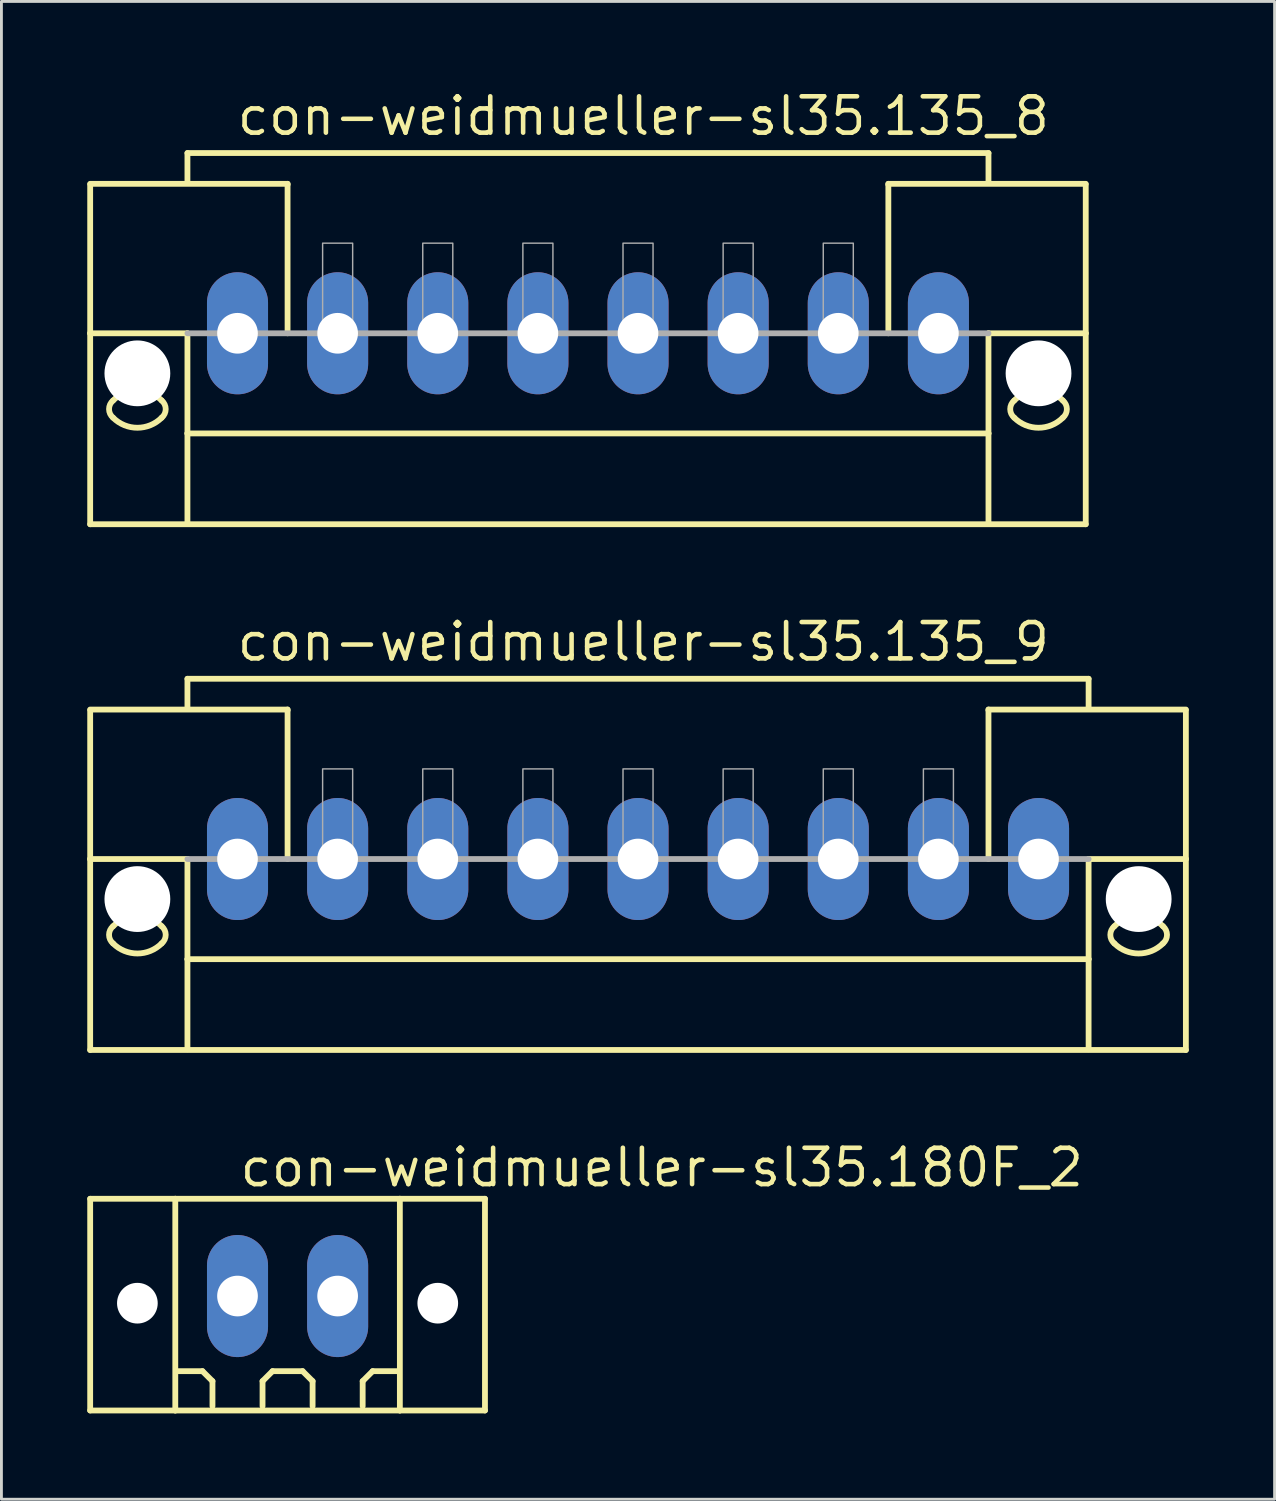
<source format=kicad_pcb>
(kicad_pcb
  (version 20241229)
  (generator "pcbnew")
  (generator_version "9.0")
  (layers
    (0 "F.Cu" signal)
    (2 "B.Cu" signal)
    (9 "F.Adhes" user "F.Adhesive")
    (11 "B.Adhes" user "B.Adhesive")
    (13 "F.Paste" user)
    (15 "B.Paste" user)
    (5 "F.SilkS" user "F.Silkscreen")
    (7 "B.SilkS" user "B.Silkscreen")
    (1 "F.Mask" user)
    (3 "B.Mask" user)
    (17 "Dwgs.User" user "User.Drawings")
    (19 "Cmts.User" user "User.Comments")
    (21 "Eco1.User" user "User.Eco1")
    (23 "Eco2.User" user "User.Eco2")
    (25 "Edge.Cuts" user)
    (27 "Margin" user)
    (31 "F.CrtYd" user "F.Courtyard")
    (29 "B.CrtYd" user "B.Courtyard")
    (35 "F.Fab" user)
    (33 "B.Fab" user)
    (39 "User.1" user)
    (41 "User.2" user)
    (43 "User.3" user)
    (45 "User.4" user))
  (footprint "con-weidmueller-sl35.135_8"
    (layer "F.Cu")
    (at 17.502 8.6)
    (property "Reference" "con-weidmueller-sl35.135_8" (at -12.35 -6.85 0) (layer "F.SilkS") (effects (font (size 1.27 1.27) (thickness 0.16)) (justify left bottom)))
    (attr through_hole)
    (fp_line (start -17.4 -5.225) (end -10.5 -5.225) (stroke (width 0.203) (type default)) (layer "F.SilkS"))
    (fp_line (start -17.4 -5.2) (end -17.4 0) (stroke (width 0.203) (type default)) (layer "F.SilkS"))
    (fp_line (start -17.4 0) (end -17.4 6.675) (stroke (width 0.203) (type default)) (layer "F.SilkS"))
    (fp_line (start -17.4 0) (end -14 0) (stroke (width 0.203) (type default)) (layer "F.SilkS"))
    (fp_line (start -17.4 6.675) (end 17.4 6.675) (stroke (width 0.203) (type default)) (layer "F.SilkS"))
    (fp_line (start -14 -6.3) (end 14 -6.3) (stroke (width 0.203) (type default)) (layer "F.SilkS"))
    (fp_line (start -14 -5.3) (end -14 -6.3) (stroke (width 0.203) (type default)) (layer "F.SilkS"))
    (fp_line (start -14 0) (end -14 3.5) (stroke (width 0.203) (type default)) (layer "F.SilkS"))
    (fp_line (start -14 3.5) (end 14 3.5) (stroke (width 0.203) (type default)) (layer "F.SilkS"))
    (fp_line (start -14 6.65) (end -14 3.5) (stroke (width 0.203) (type default)) (layer "F.SilkS"))
    (fp_line (start -10.5 -5.225) (end -10.5 -5.2) (stroke (width 0.203) (type default)) (layer "F.SilkS"))
    (fp_line (start -10.5 -5.175) (end -10.5 0) (stroke (width 0.203) (type default)) (layer "F.SilkS"))
    (fp_line (start 10.5 -5.225) (end 17.4 -5.225) (stroke (width 0.203) (type default)) (layer "F.SilkS"))
    (fp_line (start 10.5 -5.2) (end 10.5 -5.225) (stroke (width 0.203) (type default)) (layer "F.SilkS"))
    (fp_line (start 10.5 0) (end 10.5 -5.175) (stroke (width 0.203) (type default)) (layer "F.SilkS"))
    (fp_line (start 14 -6.3) (end 14 -5.3) (stroke (width 0.203) (type default)) (layer "F.SilkS"))
    (fp_line (start 14 3.5) (end 14 0) (stroke (width 0.203) (type default)) (layer "F.SilkS"))
    (fp_line (start 14 6.65) (end 14 3.5) (stroke (width 0.203) (type default)) (layer "F.SilkS"))
    (fp_line (start 17.4 0) (end 14 0) (stroke (width 0.203) (type default)) (layer "F.SilkS"))
    (fp_line (start 17.4 0) (end 17.4 -5.2) (stroke (width 0.203) (type default)) (layer "F.SilkS"))
    (fp_line (start 17.4 6.675) (end 17.4 0) (stroke (width 0.203) (type default)) (layer "F.SilkS"))
    (fp_arc (start -16.6 2.35) (mid -15.75 1.997918) (end -14.9 2.35) (stroke (width 0.2032) (type default)) (layer "F.SilkS"))
    (fp_arc (start -16.6 2.95) (mid -16.740512 2.65) (end -16.6 2.35) (stroke (width 0.2032) (type default)) (layer "F.SilkS"))
    (fp_arc (start -14.9 2.35) (mid -14.759488 2.65) (end -14.9 2.95) (stroke (width 0.2032) (type default)) (layer "F.SilkS"))
    (fp_arc (start -14.9 2.95) (mid -15.75 3.302082) (end -16.6 2.95) (stroke (width 0.2032) (type default)) (layer "F.SilkS"))
    (fp_arc (start 14.9 2.35) (mid 15.75 1.997918) (end 16.6 2.35) (stroke (width 0.2032) (type default)) (layer "F.SilkS"))
    (fp_arc (start 14.9 2.95) (mid 14.759488 2.65) (end 14.9 2.35) (stroke (width 0.2032) (type default)) (layer "F.SilkS"))
    (fp_arc (start 16.6 2.35) (mid 16.740512 2.65) (end 16.6 2.95) (stroke (width 0.2032) (type default)) (layer "F.SilkS"))
    (fp_arc (start 16.6 2.95) (mid 15.75 3.302082) (end 14.9 2.95) (stroke (width 0.2032) (type default)) (layer "F.SilkS"))
    (fp_line (start 14 0) (end -14 0) (stroke (width 0.203) (type default)) (layer "F.Fab"))
    (fp_rect (start -9.275 0) (end -8.225 -3.15) (stroke (width 0.05) (type default)) (fill no) (layer "F.Fab"))
    (fp_rect (start -5.775 0) (end -4.725 -3.15) (stroke (width 0.05) (type default)) (fill no) (layer "F.Fab"))
    (fp_rect (start -2.275 0) (end -1.225 -3.15) (stroke (width 0.05) (type default)) (fill no) (layer "F.Fab"))
    (fp_rect (start 1.225 0) (end 2.275 -3.15) (stroke (width 0.05) (type default)) (fill no) (layer "F.Fab"))
    (fp_rect (start 4.725 0) (end 5.775 -3.15) (stroke (width 0.05) (type default)) (fill no) (layer "F.Fab"))
    (fp_rect (start 8.225 0) (end 9.275 -3.15) (stroke (width 0.05) (type default)) (fill no) (layer "F.Fab"))
    (pad "" np_thru_hole circle (at -15.75 1.4) (size 2.3 2.3) (drill 2.3) (layers "*.Cu" "*.Mask"))
    (pad "" np_thru_hole circle (at 15.75 1.4) (size 2.3 2.3) (drill 2.3) (layers "*.Cu" "*.Mask"))
    (pad "1" thru_hole oval (at -12.25 0 90) (size 4.267 2.134) (drill 1.422) (layers "*.Cu" "*.Mask"))
    (pad "2" thru_hole oval (at -8.75 0 90) (size 4.267 2.134) (drill 1.422) (layers "*.Cu" "*.Mask"))
    (pad "3" thru_hole oval (at -5.25 0 90) (size 4.267 2.134) (drill 1.422) (layers "*.Cu" "*.Mask"))
    (pad "4" thru_hole oval (at -1.75 0 90) (size 4.267 2.134) (drill 1.422) (layers "*.Cu" "*.Mask"))
    (pad "5" thru_hole oval (at 1.75 0 90) (size 4.267 2.134) (drill 1.422) (layers "*.Cu" "*.Mask"))
    (pad "6" thru_hole oval (at 5.25 0 90) (size 4.267 2.134) (drill 1.422) (layers "*.Cu" "*.Mask"))
    (pad "7" thru_hole oval (at 8.75 0 90) (size 4.267 2.134) (drill 1.422) (layers "*.Cu" "*.Mask"))
    (pad "8" thru_hole oval (at 12.25 0 90) (size 4.267 2.134) (drill 1.422) (layers "*.Cu" "*.Mask")))
  (footprint "con-weidmueller-sl35.135_9"
    (layer "F.Cu")
    (at 19.252 26.977)
    (property "Reference" "con-weidmueller-sl35.135_9" (at -14.1 -6.85 0) (layer "F.SilkS") (effects (font (size 1.27 1.27) (thickness 0.16)) (justify left bottom)))
    (attr through_hole)
    (fp_line (start -19.15 -5.225) (end -12.25 -5.225) (stroke (width 0.203) (type default)) (layer "F.SilkS"))
    (fp_line (start -19.15 -5.2) (end -19.15 0) (stroke (width 0.203) (type default)) (layer "F.SilkS"))
    (fp_line (start -19.15 0) (end -19.15 6.675) (stroke (width 0.203) (type default)) (layer "F.SilkS"))
    (fp_line (start -19.15 0) (end -15.75 0) (stroke (width 0.203) (type default)) (layer "F.SilkS"))
    (fp_line (start -19.15 6.675) (end 19.15 6.675) (stroke (width 0.203) (type default)) (layer "F.SilkS"))
    (fp_line (start -15.75 -6.3) (end 15.75 -6.3) (stroke (width 0.203) (type default)) (layer "F.SilkS"))
    (fp_line (start -15.75 -5.3) (end -15.75 -6.3) (stroke (width 0.203) (type default)) (layer "F.SilkS"))
    (fp_line (start -15.75 0) (end -15.75 3.5) (stroke (width 0.203) (type default)) (layer "F.SilkS"))
    (fp_line (start -15.75 3.5) (end 15.75 3.5) (stroke (width 0.203) (type default)) (layer "F.SilkS"))
    (fp_line (start -15.75 6.65) (end -15.75 3.5) (stroke (width 0.203) (type default)) (layer "F.SilkS"))
    (fp_line (start -12.25 -5.225) (end -12.25 -5.2) (stroke (width 0.203) (type default)) (layer "F.SilkS"))
    (fp_line (start -12.25 -5.175) (end -12.25 0) (stroke (width 0.203) (type default)) (layer "F.SilkS"))
    (fp_line (start 12.25 -5.225) (end 19.15 -5.225) (stroke (width 0.203) (type default)) (layer "F.SilkS"))
    (fp_line (start 12.25 -5.2) (end 12.25 -5.225) (stroke (width 0.203) (type default)) (layer "F.SilkS"))
    (fp_line (start 12.25 0) (end 12.25 -5.175) (stroke (width 0.203) (type default)) (layer "F.SilkS"))
    (fp_line (start 15.75 -6.3) (end 15.75 -5.3) (stroke (width 0.203) (type default)) (layer "F.SilkS"))
    (fp_line (start 15.75 3.5) (end 15.75 0) (stroke (width 0.203) (type default)) (layer "F.SilkS"))
    (fp_line (start 15.75 6.65) (end 15.75 3.5) (stroke (width 0.203) (type default)) (layer "F.SilkS"))
    (fp_line (start 19.15 0) (end 15.75 0) (stroke (width 0.203) (type default)) (layer "F.SilkS"))
    (fp_line (start 19.15 0) (end 19.15 -5.2) (stroke (width 0.203) (type default)) (layer "F.SilkS"))
    (fp_line (start 19.15 6.675) (end 19.15 0) (stroke (width 0.203) (type default)) (layer "F.SilkS"))
    (fp_arc (start -18.35 2.35) (mid -17.5 1.997918) (end -16.65 2.35) (stroke (width 0.2032) (type default)) (layer "F.SilkS"))
    (fp_arc (start -18.35 2.95) (mid -18.490512 2.65) (end -18.35 2.35) (stroke (width 0.2032) (type default)) (layer "F.SilkS"))
    (fp_arc (start -16.65 2.35) (mid -16.509488 2.65) (end -16.65 2.95) (stroke (width 0.2032) (type default)) (layer "F.SilkS"))
    (fp_arc (start -16.65 2.95) (mid -17.5 3.302082) (end -18.35 2.95) (stroke (width 0.2032) (type default)) (layer "F.SilkS"))
    (fp_arc (start 16.65 2.35) (mid 17.5 1.997918) (end 18.35 2.35) (stroke (width 0.2032) (type default)) (layer "F.SilkS"))
    (fp_arc (start 16.65 2.95) (mid 16.509488 2.65) (end 16.65 2.35) (stroke (width 0.2032) (type default)) (layer "F.SilkS"))
    (fp_arc (start 18.35 2.35) (mid 18.490512 2.65) (end 18.35 2.95) (stroke (width 0.2032) (type default)) (layer "F.SilkS"))
    (fp_arc (start 18.35 2.95) (mid 17.5 3.302082) (end 16.65 2.95) (stroke (width 0.2032) (type default)) (layer "F.SilkS"))
    (fp_line (start 15.75 0) (end -15.75 0) (stroke (width 0.203) (type default)) (layer "F.Fab"))
    (fp_rect (start -11.025 0) (end -9.975 -3.15) (stroke (width 0.05) (type default)) (fill no) (layer "F.Fab"))
    (fp_rect (start -7.525 0) (end -6.475 -3.15) (stroke (width 0.05) (type default)) (fill no) (layer "F.Fab"))
    (fp_rect (start -4.025 0) (end -2.975 -3.15) (stroke (width 0.05) (type default)) (fill no) (layer "F.Fab"))
    (fp_rect (start -0.525 0) (end 0.525 -3.15) (stroke (width 0.05) (type default)) (fill no) (layer "F.Fab"))
    (fp_rect (start 2.975 0) (end 4.025 -3.15) (stroke (width 0.05) (type default)) (fill no) (layer "F.Fab"))
    (fp_rect (start 6.475 0) (end 7.525 -3.15) (stroke (width 0.05) (type default)) (fill no) (layer "F.Fab"))
    (fp_rect (start 9.975 0) (end 11.025 -3.15) (stroke (width 0.05) (type default)) (fill no) (layer "F.Fab"))
    (pad "" np_thru_hole circle (at -17.5 1.4) (size 2.3 2.3) (drill 2.3) (layers "*.Cu" "*.Mask"))
    (pad "" np_thru_hole circle (at 17.5 1.4) (size 2.3 2.3) (drill 2.3) (layers "*.Cu" "*.Mask"))
    (pad "1" thru_hole oval (at -14 0 90) (size 4.267 2.134) (drill 1.422) (layers "*.Cu" "*.Mask"))
    (pad "2" thru_hole oval (at -10.5 0 90) (size 4.267 2.134) (drill 1.422) (layers "*.Cu" "*.Mask"))
    (pad "3" thru_hole oval (at -7 0 90) (size 4.267 2.134) (drill 1.422) (layers "*.Cu" "*.Mask"))
    (pad "4" thru_hole oval (at -3.5 0 90) (size 4.267 2.134) (drill 1.422) (layers "*.Cu" "*.Mask"))
    (pad "5" thru_hole oval (at 0 0 90) (size 4.267 2.134) (drill 1.422) (layers "*.Cu" "*.Mask"))
    (pad "6" thru_hole oval (at 3.5 0 90) (size 4.267 2.134) (drill 1.422) (layers "*.Cu" "*.Mask"))
    (pad "7" thru_hole oval (at 7 0 90) (size 4.267 2.134) (drill 1.422) (layers "*.Cu" "*.Mask"))
    (pad "8" thru_hole oval (at 10.5 0 90) (size 4.267 2.134) (drill 1.422) (layers "*.Cu" "*.Mask"))
    (pad "9" thru_hole oval (at 14 0 90) (size 4.267 2.134) (drill 1.422) (layers "*.Cu" "*.Mask")))
  (footprint "con-weidmueller-sl35.180F_2"
    (layer "F.Cu")
    (at 7.002 42.253)
    (property "Reference" "con-weidmueller-sl35.180F_2" (at -1.75 -3.75 0) (layer "F.SilkS") (effects (font (size 1.27 1.27) (thickness 0.16)) (justify left bottom)))
    (attr through_hole)
    (fp_line (start -6.9 -3.4) (end -3.925 -3.4) (stroke (width 0.203) (type default)) (layer "F.SilkS"))
    (fp_line (start -6.9 4) (end -6.9 -3.4) (stroke (width 0.203) (type default)) (layer "F.SilkS"))
    (fp_line (start -3.925 -3.4) (end 3.925 -3.4) (stroke (width 0.203) (type default)) (layer "F.SilkS"))
    (fp_line (start -3.925 4) (end -6.9 4) (stroke (width 0.203) (type default)) (layer "F.SilkS"))
    (fp_line (start -3.925 4) (end -3.925 -3.4) (stroke (width 0.203) (type default)) (layer "F.SilkS"))
    (fp_line (start -2.975 2.625) (end -3.85 2.625) (stroke (width 0.203) (type default)) (layer "F.SilkS"))
    (fp_line (start -2.625 2.975) (end -2.975 2.625) (stroke (width 0.203) (type default)) (layer "F.SilkS"))
    (fp_line (start -2.625 3.85) (end -2.625 2.975) (stroke (width 0.203) (type default)) (layer "F.SilkS"))
    (fp_line (start -0.875 2.975) (end -0.525 2.625) (stroke (width 0.203) (type default)) (layer "F.SilkS"))
    (fp_line (start -0.875 3.85) (end -0.875 2.975) (stroke (width 0.203) (type default)) (layer "F.SilkS"))
    (fp_line (start -0.525 2.625) (end 0.525 2.625) (stroke (width 0.203) (type default)) (layer "F.SilkS"))
    (fp_line (start 0.525 2.625) (end 0.875 2.975) (stroke (width 0.203) (type default)) (layer "F.SilkS"))
    (fp_line (start 0.875 2.975) (end 0.875 3.85) (stroke (width 0.203) (type default)) (layer "F.SilkS"))
    (fp_line (start 2.625 2.975) (end 2.975 2.625) (stroke (width 0.203) (type default)) (layer "F.SilkS"))
    (fp_line (start 2.625 3.85) (end 2.625 2.975) (stroke (width 0.203) (type default)) (layer "F.SilkS"))
    (fp_line (start 2.975 2.625) (end 3.85 2.625) (stroke (width 0.203) (type default)) (layer "F.SilkS"))
    (fp_line (start 3.925 -3.4) (end 3.925 4) (stroke (width 0.203) (type default)) (layer "F.SilkS"))
    (fp_line (start 3.925 -3.4) (end 6.9 -3.4) (stroke (width 0.203) (type default)) (layer "F.SilkS"))
    (fp_line (start 3.925 4) (end -3.925 4) (stroke (width 0.203) (type default)) (layer "F.SilkS"))
    (fp_line (start 6.9 -3.4) (end 6.9 4) (stroke (width 0.203) (type default)) (layer "F.SilkS"))
    (fp_line (start 6.9 4) (end 3.925 4) (stroke (width 0.203) (type default)) (layer "F.SilkS"))
    (pad "" np_thru_hole circle (at -5.25 0.25) (size 1.422 1.422) (drill 1.422) (layers "*.Cu" "*.Mask"))
    (pad "" np_thru_hole circle (at 5.25 0.25) (size 1.422 1.422) (drill 1.422) (layers "*.Cu" "*.Mask"))
    (pad "1" thru_hole oval (at -1.75 0 90) (size 4.267 2.134) (drill 1.422) (layers "*.Cu" "*.Mask"))
    (pad "2" thru_hole oval (at 1.75 0 90) (size 4.267 2.134) (drill 1.422) (layers "*.Cu" "*.Mask")))
  (gr_rect
    (start -3 -3)
    (end 41.503 49.355)
    (stroke (width 0.1) (type default))
    (fill no)
    (layer "Edge.Cuts")))
</source>
